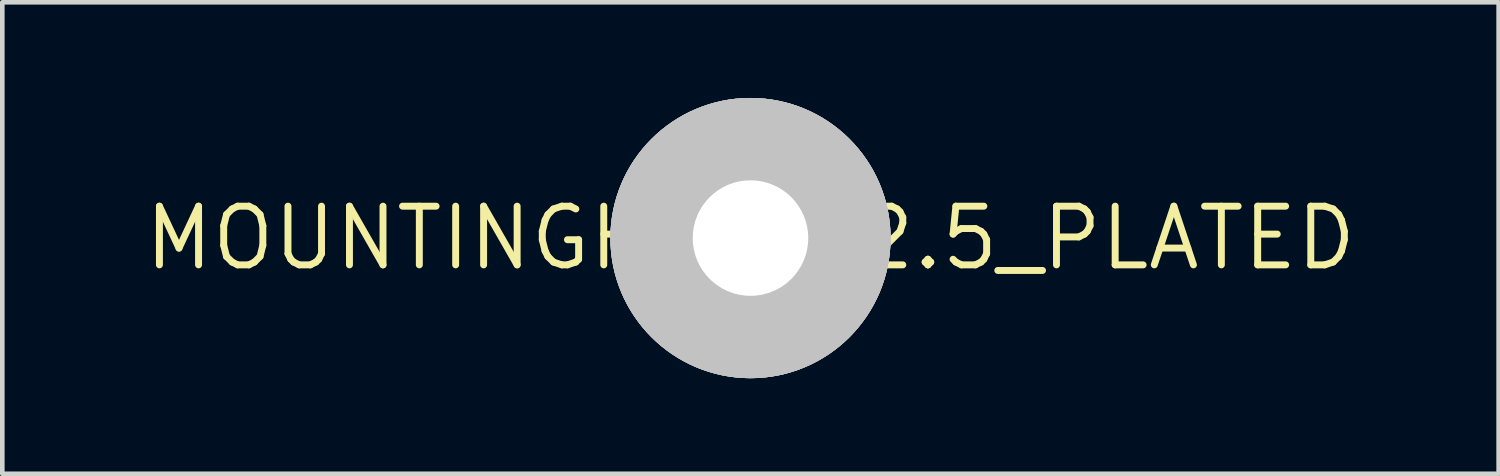
<source format=kicad_pcb>
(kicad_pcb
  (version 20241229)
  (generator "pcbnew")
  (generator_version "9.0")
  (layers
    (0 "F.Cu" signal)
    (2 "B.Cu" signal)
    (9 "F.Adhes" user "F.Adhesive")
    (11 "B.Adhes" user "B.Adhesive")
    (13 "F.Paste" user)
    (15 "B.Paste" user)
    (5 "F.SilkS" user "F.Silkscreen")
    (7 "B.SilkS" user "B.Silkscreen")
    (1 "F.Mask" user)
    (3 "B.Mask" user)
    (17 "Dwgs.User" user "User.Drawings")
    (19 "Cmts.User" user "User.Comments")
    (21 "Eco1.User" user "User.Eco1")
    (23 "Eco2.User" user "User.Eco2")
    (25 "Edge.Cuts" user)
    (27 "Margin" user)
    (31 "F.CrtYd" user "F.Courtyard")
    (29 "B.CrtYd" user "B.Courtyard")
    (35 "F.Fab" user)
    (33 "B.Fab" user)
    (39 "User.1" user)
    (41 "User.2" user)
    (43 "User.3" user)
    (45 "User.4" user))
  (footprint "MOUNTINGHOLE_2.5_PLATED"
    (layer "F.Cu")
    (at 13.191 2.102)
    (property "Reference" "MOUNTINGHOLE_2.5_PLATED" (at 0 0 0) (layer "F.SilkS") (effects (font (size 1.27 1.27) (thickness 0.15))))
    (attr through_hole)
    (fp_circle (center 0 0) (end 2 0) (stroke (width 0.203) (type solid)) (fill no) (layer "F.SilkS"))
    (fp_circle (center 0 0) (end 1 0) (stroke (width 2.032) (type solid)) (fill no) (layer "Dwgs.User"))
    (fp_circle (center 0 0) (end 1 0) (stroke (width 2.032) (type solid)) (fill no) (layer "Dwgs.User"))
    (fp_circle (center 0 0) (end 1 0) (stroke (width 2.032) (type solid)) (fill no) (layer "Dwgs.User"))
    (fp_circle (center 0 0) (end 1 0) (stroke (width 2.032) (type solid)) (fill no) (layer "Dwgs.User"))
    (pad "P$1" thru_hole circle (at 0 0) (size 3.2 3.2) (drill 2.5) (layers "*.Cu" "*.Mask")))
  (gr_rect
    (start -3 -3)
    (end 29.382 7.203)
    (stroke (width 0.1) (type default))
    (fill no)
    (layer "Edge.Cuts")))
</source>
